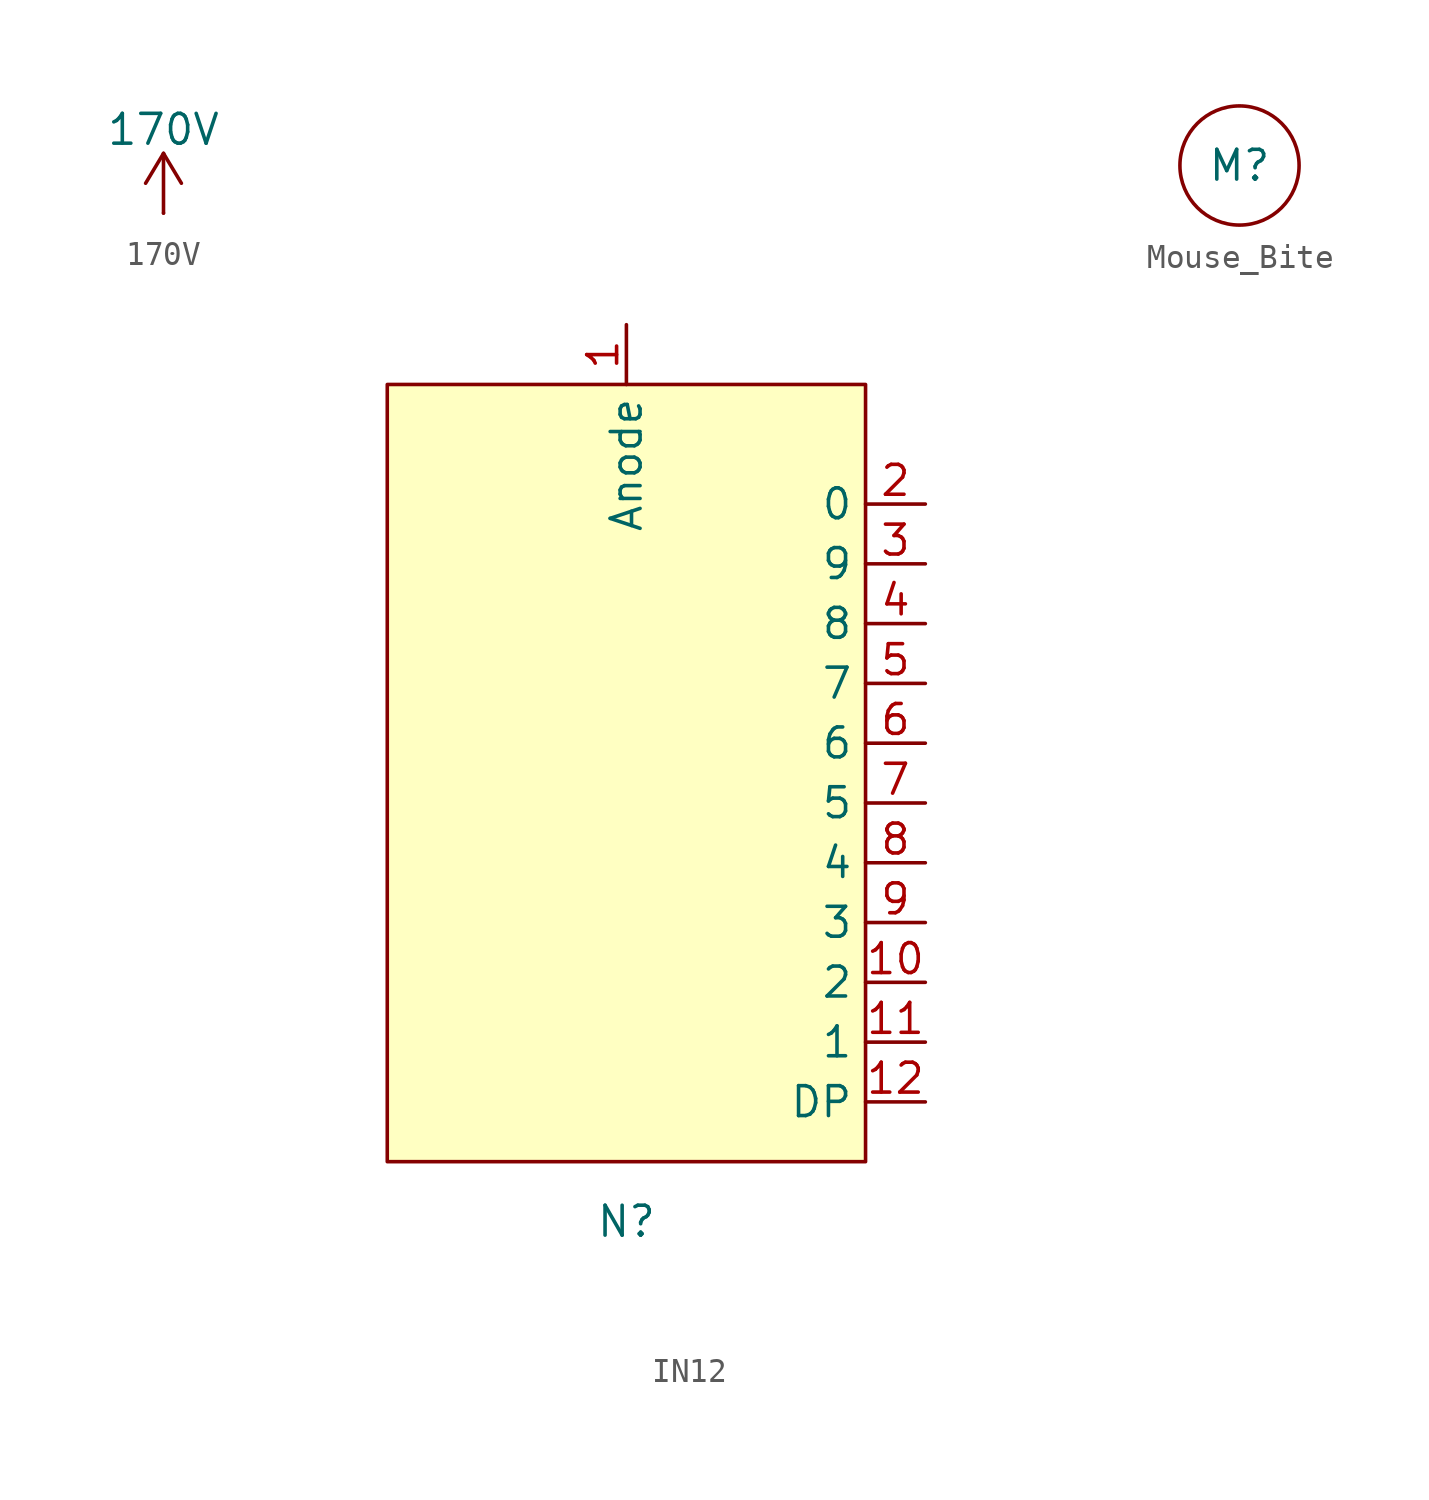
<source format=kicad_sym>
(kicad_symbol_lib
  (version 20231120)
  (generator "kicad_symbol_editor")
  (generator_version "8.0")
  (symbol "170V"
    (power)
    (pin_numbers hide)
    (pin_names
      (offset 0) hide)
    (property "Reference" "#PWR"
      (at 0 -3.81 0)
      (effects (font (size 1.27 1.27)) (hide yes)))
    (property "Value" "170V"
      (at 0 3.556 0)
      (effects (font (size 1.27 1.27))))
    (symbol "170V_0_1"
      (polyline (pts (xy -0.762 1.27) (xy 0 2.54)) (stroke (width 0) (type default)) (fill (type none)))
      (polyline (pts (xy 0 0) (xy 0 2.54)) (stroke (width 0) (type default)) (fill (type none)))
      (polyline (pts (xy 0 2.54) (xy 0.762 1.27)) (stroke (width 0) (type default)) (fill (type none))))
    (symbol "170V_1_1"
      (pin power_in line (at 0 0 90) (length 0) (name "~" (effects (font (size 1.27 1.27)))) (number "1" (effects (font (size 1.27 1.27)))))))
  (symbol "IN12"
    (property "Reference" "N"
      (at 10.16 -35.56 0)
      (effects (font (size 1.27 1.27))))
    (property "Value" ""
      (at 25.4 7.62 0)
      (effects (font (size 1.27 1.27))))
    (symbol "IN12_1_1"
      (rectangle (start 0 0) (end 20.32 -33.02) (stroke (width 0) (type default)) (fill (type background)))
      (pin passive line (at 10.16 2.54 270) (length 2.54) (name "Anode" (effects (font (size 1.27 1.27)))) (number "1" (effects (font (size 1.27 1.27)))))
      (pin passive line (at 22.86 -25.4 180) (length 2.54) (name "2" (effects (font (size 1.27 1.27)))) (number "10" (effects (font (size 1.27 1.27)))))
      (pin passive line (at 22.86 -27.94 180) (length 2.54) (name "1" (effects (font (size 1.27 1.27)))) (number "11" (effects (font (size 1.27 1.27)))))
      (pin passive line (at 22.86 -30.48 180) (length 2.54) (name "DP" (effects (font (size 1.27 1.27)))) (number "12" (effects (font (size 1.27 1.27)))))
      (pin passive line (at 22.86 -5.08 180) (length 2.54) (name "0" (effects (font (size 1.27 1.27)))) (number "2" (effects (font (size 1.27 1.27)))))
      (pin passive line (at 22.86 -7.62 180) (length 2.54) (name "9" (effects (font (size 1.27 1.27)))) (number "3" (effects (font (size 1.27 1.27)))))
      (pin passive line (at 22.86 -10.16 180) (length 2.54) (name "8" (effects (font (size 1.27 1.27)))) (number "4" (effects (font (size 1.27 1.27)))))
      (pin passive line (at 22.86 -12.7 180) (length 2.54) (name "7" (effects (font (size 1.27 1.27)))) (number "5" (effects (font (size 1.27 1.27)))))
      (pin passive line (at 22.86 -15.24 180) (length 2.54) (name "6" (effects (font (size 1.27 1.27)))) (number "6" (effects (font (size 1.27 1.27)))))
      (pin passive line (at 22.86 -17.78 180) (length 2.54) (name "5" (effects (font (size 1.27 1.27)))) (number "7" (effects (font (size 1.27 1.27)))))
      (pin passive line (at 22.86 -20.32 180) (length 2.54) (name "4" (effects (font (size 1.27 1.27)))) (number "8" (effects (font (size 1.27 1.27)))))
      (pin passive line (at 22.86 -22.86 180) (length 2.54) (name "3" (effects (font (size 1.27 1.27)))) (number "9" (effects (font (size 1.27 1.27)))))))
  (symbol "Mouse_Bite"
    (property "Reference" "M"
      (at 0 0 0)
      (effects (font (size 1.27 1.27))))
    (property "Value" ""
      (at 0 0 0)
      (effects (font (size 1.27 1.27))))
    (symbol "Mouse_Bite_0_1"
      (circle (center 0 0) (radius 2.54) (stroke (width 0) (type default)) (fill (type none))))))
</source>
